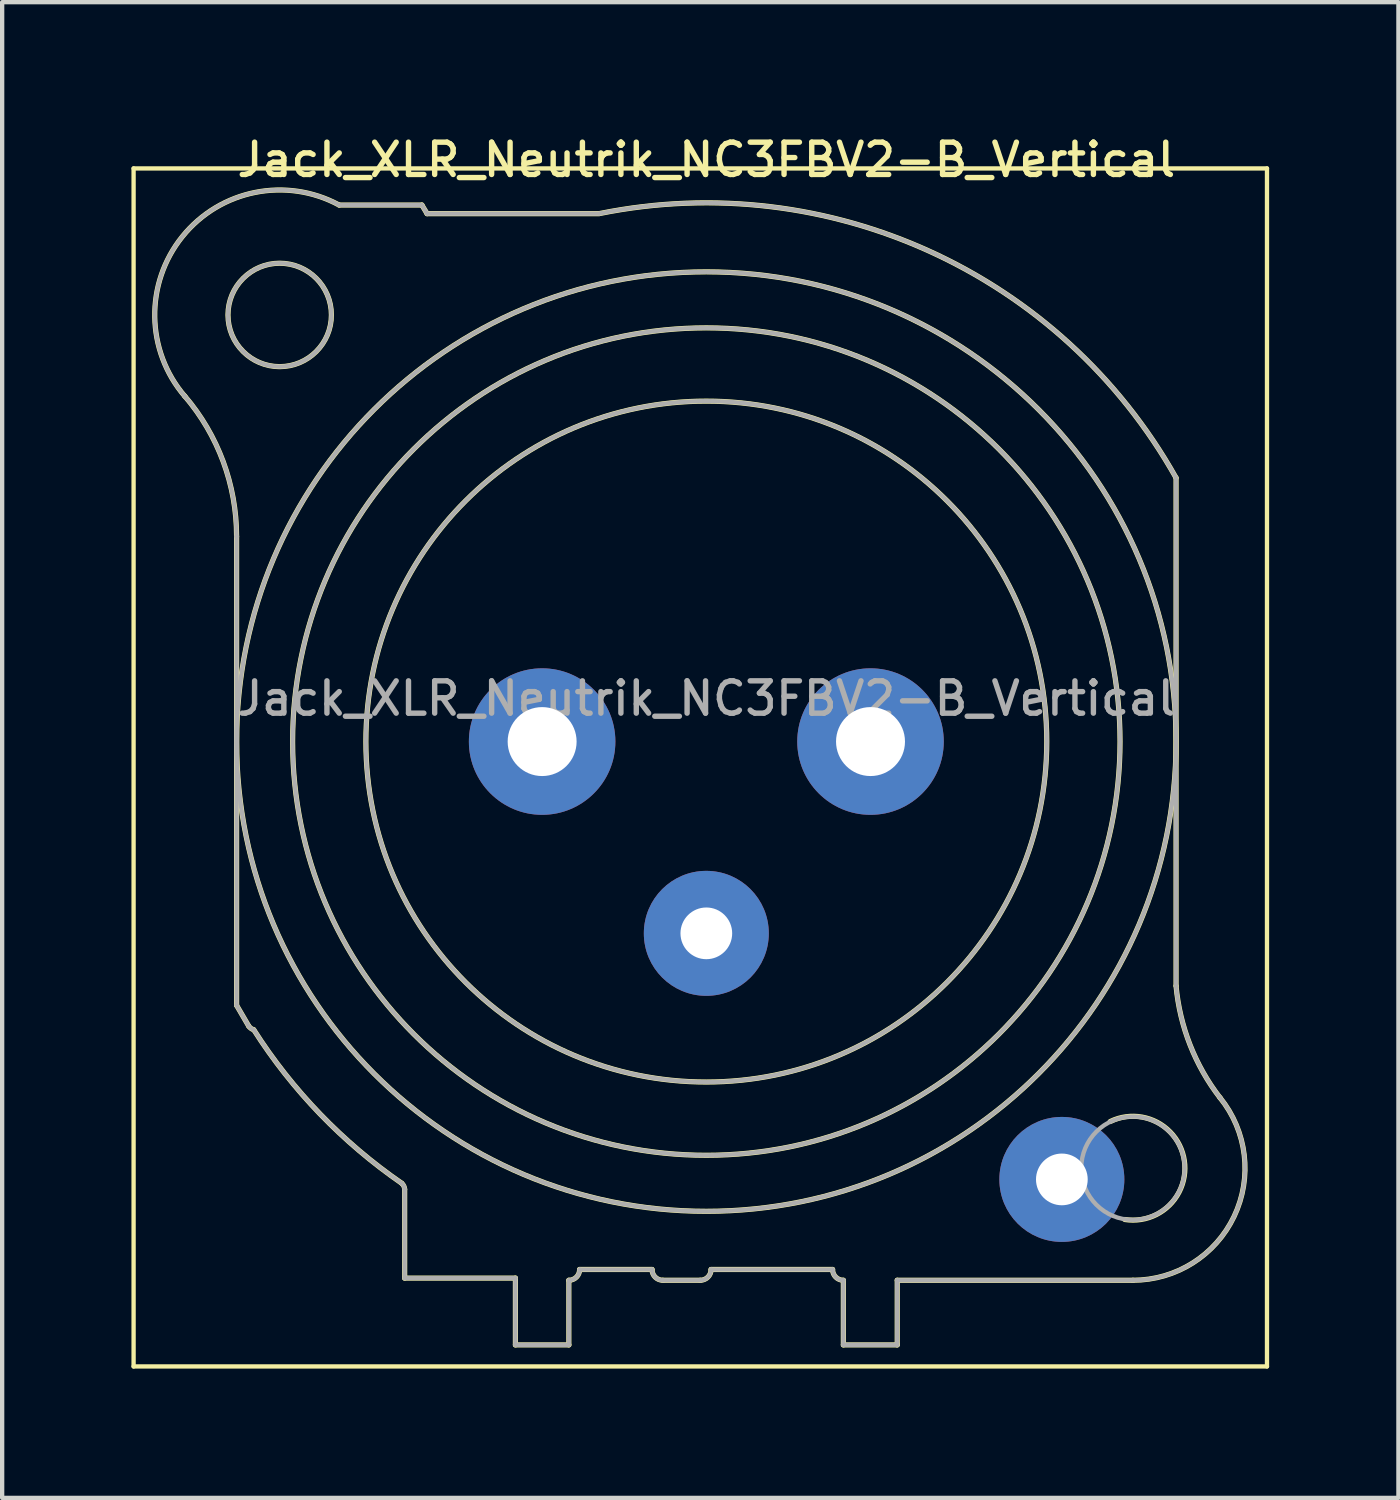
<source format=kicad_pcb>
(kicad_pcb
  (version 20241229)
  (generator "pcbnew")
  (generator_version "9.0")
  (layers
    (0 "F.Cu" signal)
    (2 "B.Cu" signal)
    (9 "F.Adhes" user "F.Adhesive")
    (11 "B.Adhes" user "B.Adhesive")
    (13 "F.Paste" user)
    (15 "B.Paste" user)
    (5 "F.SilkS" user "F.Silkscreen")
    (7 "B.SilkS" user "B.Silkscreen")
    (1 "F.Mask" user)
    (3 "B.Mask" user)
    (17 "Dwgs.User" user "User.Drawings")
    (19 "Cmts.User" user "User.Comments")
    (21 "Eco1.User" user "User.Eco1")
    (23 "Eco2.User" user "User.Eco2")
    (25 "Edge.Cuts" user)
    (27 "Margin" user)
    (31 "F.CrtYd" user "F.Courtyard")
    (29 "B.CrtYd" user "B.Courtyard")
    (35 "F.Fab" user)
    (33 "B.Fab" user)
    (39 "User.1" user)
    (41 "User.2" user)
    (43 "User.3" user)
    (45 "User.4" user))
  (footprint "Jack_XLR_Neutrik_NC3FBV2-B_Vertical"
    (layer "F.Cu")
    (at 17.15 14.158)
    (property "Reference" "Jack_XLR_Neutrik_NC3FBV2-B_Vertical" (at -3.81 -13.5 0) (layer "F.SilkS") (effects (font (size 0.75 0.75) (thickness 0.125))))
    (attr through_hole)
    (fp_line (start -17.1 -13.3) (end 9.2 -13.3) (stroke (width 0.1) (type solid)) (layer "F.SilkS"))
    (fp_line (start -17.1 14.5) (end -17.1 -13.3) (stroke (width 0.1) (type solid)) (layer "F.SilkS"))
    (fp_line (start -14.71 -4.76) (end -14.71 6.12) (stroke (width 0.12) (type solid)) (layer "F.SilkS"))
    (fp_line (start -14.71 6.12) (end -14.43 6.6) (stroke (width 0.12) (type solid)) (layer "F.SilkS"))
    (fp_line (start -10.81 10.39) (end -10.81 12.45) (stroke (width 0.12) (type solid)) (layer "F.SilkS"))
    (fp_line (start -10.81 12.45) (end -8.24 12.45) (stroke (width 0.12) (type solid)) (layer "F.SilkS"))
    (fp_line (start -10.41 -12.45) (end -12.33 -12.45) (stroke (width 0.12) (type solid)) (layer "F.SilkS"))
    (fp_line (start -10.29 -12.25) (end -10.41 -12.45) (stroke (width 0.12) (type solid)) (layer "F.SilkS"))
    (fp_line (start -8.24 12.45) (end -8.24 14) (stroke (width 0.12) (type solid)) (layer "F.SilkS"))
    (fp_line (start -7 14) (end -8.24 14) (stroke (width 0.12) (type solid)) (layer "F.SilkS"))
    (fp_line (start -7 14) (end -7 12.5) (stroke (width 0.12) (type solid)) (layer "F.SilkS"))
    (fp_line (start -6.75 12.25) (end -5.07 12.25) (stroke (width 0.12) (type solid)) (layer "F.SilkS"))
    (fp_line (start -6.3 -12.25) (end -10.29 -12.25) (stroke (width 0.12) (type solid)) (layer "F.SilkS"))
    (fp_line (start -4.82 12.5) (end -3.95 12.5) (stroke (width 0.12) (type solid)) (layer "F.SilkS"))
    (fp_line (start -3.7 12.25) (end -0.88 12.25) (stroke (width 0.12) (type solid)) (layer "F.SilkS"))
    (fp_line (start -0.63 12.5) (end -0.63 14) (stroke (width 0.12) (type solid)) (layer "F.SilkS"))
    (fp_line (start 0.62 12.5) (end 6.09 12.5) (stroke (width 0.12) (type solid)) (layer "F.SilkS"))
    (fp_line (start 0.62 14) (end -0.63 14) (stroke (width 0.12) (type solid)) (layer "F.SilkS"))
    (fp_line (start 0.62 14) (end 0.62 12.5) (stroke (width 0.12) (type solid)) (layer "F.SilkS"))
    (fp_line (start 7.09 5.67) (end 7.09 -6.12) (stroke (width 0.12) (type solid)) (layer "F.SilkS"))
    (fp_line (start 9.2 -13.3) (end 9.2 14.5) (stroke (width 0.1) (type solid)) (layer "F.SilkS"))
    (fp_line (start 9.2 14.5) (end -17.1 14.5) (stroke (width 0.1) (type solid)) (layer "F.SilkS"))
    (fp_arc (start -15.916051 -8.020379) (mid -15.021177 -6.498148) (end -14.71 -4.76) (stroke (width 0.12) (type solid)) (layer "F.SilkS"))
    (fp_arc (start -15.908884 -8.010077) (mid -15.967404 -11.719623) (end -12.33 -12.45) (stroke (width 0.12) (type solid)) (layer "F.SilkS"))
    (fp_arc (start -14.313753 6.685219) (mid -14.379716 6.653303) (end -14.43 6.6) (stroke (width 0.12) (type solid)) (layer "F.SilkS"))
    (fp_arc (start -10.879208 10.248532) (mid -12.772983 8.641241) (end -14.31 6.69) (stroke (width 0.12) (type solid)) (layer "F.SilkS"))
    (fp_arc (start -10.874359 10.252686) (mid -10.828679 10.315015) (end -10.81 10.39) (stroke (width 0.12) (type solid)) (layer "F.SilkS"))
    (fp_arc (start -6.75 12.25) (mid -6.823223 12.426777) (end -7 12.5) (stroke (width 0.12) (type solid)) (layer "F.SilkS"))
    (fp_arc (start -6.283571 -12.253402) (mid 1.401126 -11.362596) (end 7.09 -6.12) (stroke (width 0.12) (type solid)) (layer "F.SilkS"))
    (fp_arc (start -4.82 12.5) (mid -4.996777 12.426777) (end -5.07 12.25) (stroke (width 0.12) (type solid)) (layer "F.SilkS"))
    (fp_arc (start -3.7 12.25) (mid -3.773223 12.426777) (end -3.95 12.5) (stroke (width 0.12) (type solid)) (layer "F.SilkS"))
    (fp_arc (start -0.63 12.5) (mid -0.806777 12.426777) (end -0.88 12.25) (stroke (width 0.12) (type solid)) (layer "F.SilkS"))
    (fp_arc (start 5.563083 8.81623) (mid 7.282057 9.723366) (end 5.9 11.09) (stroke (width 0.12) (type solid)) (layer "F.SilkS"))
    (fp_arc (start 8.110579 8.263767) (mid 8.436721 11.019329) (end 6.09 12.5) (stroke (width 0.12) (type solid)) (layer "F.SilkS"))
    (fp_arc (start 8.111727 8.266808) (mid 7.416073 7.041111) (end 7.09 5.67) (stroke (width 0.12) (type solid)) (layer "F.SilkS"))
    (fp_circle (center -13.71 -9.9) (end -12.51 -9.9) (stroke (width 0.12) (type solid)) (fill no) (layer "F.SilkS"))
    (fp_circle (center -3.81 0) (end 4.09 0) (stroke (width 0.12) (type solid)) (fill no) (layer "F.SilkS"))
    (fp_circle (center -3.81 0) (end 5.79 0) (stroke (width 0.12) (type solid)) (fill no) (layer "F.SilkS"))
    (fp_circle (center -3.81 0) (end 7.09 0) (stroke (width 0.12) (type solid)) (fill no) (layer "F.SilkS"))
    (fp_line (start -14.71 -4.76) (end -14.71 6.12) (stroke (width 0.1) (type solid)) (layer "F.Fab"))
    (fp_line (start -14.71 6.12) (end -14.43 6.6) (stroke (width 0.1) (type solid)) (layer "F.Fab"))
    (fp_line (start -10.81 10.39) (end -10.81 12.45) (stroke (width 0.1) (type solid)) (layer "F.Fab"))
    (fp_line (start -10.81 12.45) (end -8.24 12.45) (stroke (width 0.1) (type solid)) (layer "F.Fab"))
    (fp_line (start -10.41 -12.45) (end -12.33 -12.45) (stroke (width 0.1) (type solid)) (layer "F.Fab"))
    (fp_line (start -10.29 -12.25) (end -10.41 -12.45) (stroke (width 0.1) (type solid)) (layer "F.Fab"))
    (fp_line (start -8.24 12.45) (end -8.24 14) (stroke (width 0.1) (type solid)) (layer "F.Fab"))
    (fp_line (start -7 14) (end -8.24 14) (stroke (width 0.1) (type solid)) (layer "F.Fab"))
    (fp_line (start -7 14) (end -7 12.5) (stroke (width 0.1) (type solid)) (layer "F.Fab"))
    (fp_line (start -6.75 12.25) (end -5.07 12.25) (stroke (width 0.1) (type solid)) (layer "F.Fab"))
    (fp_line (start -6.3 -12.25) (end -10.29 -12.25) (stroke (width 0.1) (type solid)) (layer "F.Fab"))
    (fp_line (start -4.82 12.5) (end -3.95 12.5) (stroke (width 0.1) (type solid)) (layer "F.Fab"))
    (fp_line (start -3.7 12.25) (end -0.88 12.25) (stroke (width 0.1) (type solid)) (layer "F.Fab"))
    (fp_line (start -0.63 12.5) (end -0.63 14) (stroke (width 0.1) (type solid)) (layer "F.Fab"))
    (fp_line (start 0.62 12.5) (end 6.09 12.5) (stroke (width 0.1) (type solid)) (layer "F.Fab"))
    (fp_line (start 0.62 14) (end -0.63 14) (stroke (width 0.1) (type solid)) (layer "F.Fab"))
    (fp_line (start 0.62 14) (end 0.62 12.5) (stroke (width 0.1) (type solid)) (layer "F.Fab"))
    (fp_line (start 7.09 5.67) (end 7.09 -6.12) (stroke (width 0.1) (type solid)) (layer "F.Fab"))
    (fp_arc (start -15.916051 -8.020379) (mid -15.021177 -6.498148) (end -14.71 -4.76) (stroke (width 0.1) (type solid)) (layer "F.Fab"))
    (fp_arc (start -15.908884 -8.010077) (mid -15.967404 -11.719623) (end -12.33 -12.45) (stroke (width 0.1) (type solid)) (layer "F.Fab"))
    (fp_arc (start -14.313753 6.685219) (mid -14.379716 6.653303) (end -14.43 6.6) (stroke (width 0.1) (type solid)) (layer "F.Fab"))
    (fp_arc (start -10.879208 10.248532) (mid -12.772983 8.641241) (end -14.31 6.69) (stroke (width 0.1) (type solid)) (layer "F.Fab"))
    (fp_arc (start -10.874359 10.252686) (mid -10.828679 10.315015) (end -10.81 10.39) (stroke (width 0.1) (type solid)) (layer "F.Fab"))
    (fp_arc (start -6.75 12.25) (mid -6.823223 12.426777) (end -7 12.5) (stroke (width 0.1) (type solid)) (layer "F.Fab"))
    (fp_arc (start -6.283571 -12.253402) (mid 1.401126 -11.362596) (end 7.09 -6.12) (stroke (width 0.1) (type solid)) (layer "F.Fab"))
    (fp_arc (start -4.82 12.5) (mid -4.996777 12.426777) (end -5.07 12.25) (stroke (width 0.1) (type solid)) (layer "F.Fab"))
    (fp_arc (start -3.7 12.25) (mid -3.773223 12.426777) (end -3.95 12.5) (stroke (width 0.1) (type solid)) (layer "F.Fab"))
    (fp_arc (start -0.63 12.5) (mid -0.806777 12.426777) (end -0.88 12.25) (stroke (width 0.1) (type solid)) (layer "F.Fab"))
    (fp_arc (start 8.110579 8.263767) (mid 8.436721 11.019329) (end 6.09 12.5) (stroke (width 0.1) (type solid)) (layer "F.Fab"))
    (fp_arc (start 8.111727 8.266808) (mid 7.416073 7.041111) (end 7.09 5.67) (stroke (width 0.1) (type solid)) (layer "F.Fab"))
    (fp_circle (center -13.71 -9.9) (end -12.51 -9.9) (stroke (width 0.1) (type solid)) (fill no) (layer "F.Fab"))
    (fp_circle (center -3.81 0) (end 4.09 0) (stroke (width 0.1) (type solid)) (fill no) (layer "F.Fab"))
    (fp_circle (center -3.81 0) (end 5.79 0) (stroke (width 0.1) (type solid)) (fill no) (layer "F.Fab"))
    (fp_circle (center -3.81 0) (end 7.09 0) (stroke (width 0.1) (type solid)) (fill no) (layer "F.Fab"))
    (fp_circle (center 6.09 9.9) (end 7.29 9.9) (stroke (width 0.1) (type solid)) (fill no) (layer "F.Fab"))
    (fp_text user "${REFERENCE}" (at -3.81 -1 0) (layer "F.Fab") (effects (font (size 0.75 0.75) (thickness 0.125))))
    (pad "1" thru_hole circle (at 0 0) (size 3.4 3.4) (drill 1.6) (layers "*.Cu" "*.Mask"))
    (pad "2" thru_hole circle (at -7.62 0) (size 3.4 3.4) (drill 1.6) (layers "*.Cu" "*.Mask"))
    (pad "3" thru_hole circle (at -3.81 4.45) (size 2.9 2.9) (drill 1.2) (layers "*.Cu" "*.Mask"))
    (pad "G" thru_hole circle (at 4.44 10.16) (size 2.9 2.9) (drill 1.2) (layers "*.Cu" "*.Mask")))
  (gr_rect
    (start -3 -3)
    (end 29.4 31.708)
    (stroke (width 0.1) (type default))
    (fill no)
    (layer "Edge.Cuts")))
</source>
